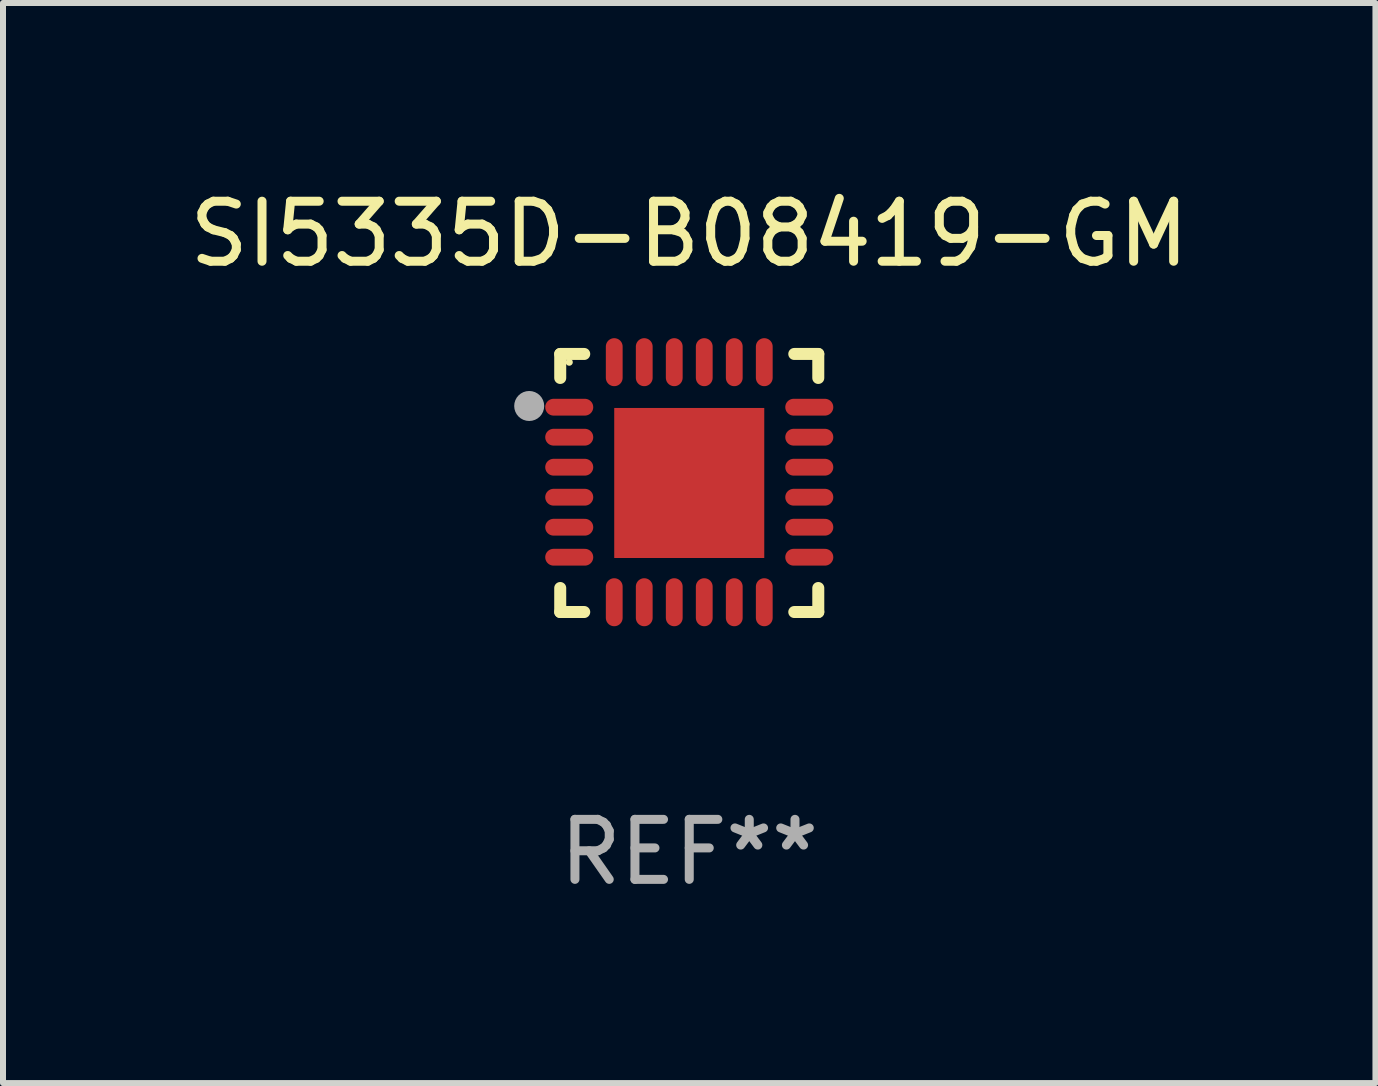
<source format=kicad_pcb>
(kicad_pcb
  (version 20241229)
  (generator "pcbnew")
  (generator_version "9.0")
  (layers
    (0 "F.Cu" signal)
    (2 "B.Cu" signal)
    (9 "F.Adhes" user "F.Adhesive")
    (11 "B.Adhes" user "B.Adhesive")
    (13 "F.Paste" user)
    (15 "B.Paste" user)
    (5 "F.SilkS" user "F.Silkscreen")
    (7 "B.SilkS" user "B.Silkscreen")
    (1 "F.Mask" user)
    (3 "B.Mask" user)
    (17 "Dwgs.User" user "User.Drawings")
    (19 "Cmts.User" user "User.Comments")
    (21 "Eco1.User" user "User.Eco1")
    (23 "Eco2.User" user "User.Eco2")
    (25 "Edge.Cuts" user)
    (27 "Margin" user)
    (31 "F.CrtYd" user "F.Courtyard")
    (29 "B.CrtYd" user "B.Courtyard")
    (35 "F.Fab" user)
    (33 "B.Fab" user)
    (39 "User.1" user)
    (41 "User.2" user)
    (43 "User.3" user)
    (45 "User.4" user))
  (footprint "SI5335D-B08419-GM"
    (layer "F.Cu")
    (at 8.435 4.998)
    (property "Reference" "SI5335D-B08419-GM" (at 0 -4.15 0) (layer "F.SilkS") (effects (font (size 1 1) (thickness 0.15))))
    (attr through_hole)
    (fp_line (start -2.15 -2.15) (end -1.75 -2.15) (stroke (width 0.2) (type solid)) (layer "F.SilkS"))
    (fp_line (start -2.15 -1.75) (end -2.15 -2.15) (stroke (width 0.2) (type solid)) (layer "F.SilkS"))
    (fp_line (start -2.15 2.15) (end -2.15 1.75) (stroke (width 0.2) (type solid)) (layer "F.SilkS"))
    (fp_line (start -1.75 2.15) (end -2.15 2.15) (stroke (width 0.2) (type solid)) (layer "F.SilkS"))
    (fp_line (start 1.75 -2.15) (end 2.15 -2.15) (stroke (width 0.2) (type solid)) (layer "F.SilkS"))
    (fp_line (start 1.75 2.15) (end 2.15 2.15) (stroke (width 0.2) (type solid)) (layer "F.SilkS"))
    (fp_line (start 2.15 -2.15) (end 2.15 -1.75) (stroke (width 0.2) (type solid)) (layer "F.SilkS"))
    (fp_line (start 2.15 2.15) (end 2.15 1.75) (stroke (width 0.2) (type solid)) (layer "F.SilkS"))
    (fp_circle (center -2 -2.013) (end -1.97 -2.013) (stroke (width 0.06) (type solid)) (fill no) (layer "F.SilkS"))
    (fp_circle (center -2.667 -1.283) (end -2.542 -1.283) (stroke (width 0.25) (type solid)) (fill no) (layer "F.Fab"))
    (fp_text user "REF**" (at 0 6.15 0) (layer "F.Fab") (effects (font (size 1 1) (thickness 0.15))))
    (pad "1" smd oval (at -2 -1.263) (size 0.8 0.28) (layers "F.Cu" "F.Mask" "F.Paste"))
    (pad "2" smd oval (at -2 -0.763) (size 0.8 0.28) (layers "F.Cu" "F.Mask" "F.Paste"))
    (pad "3" smd oval (at -2 -0.263) (size 0.8 0.28) (layers "F.Cu" "F.Mask" "F.Paste"))
    (pad "4" smd oval (at -2 0.237) (size 0.8 0.28) (layers "F.Cu" "F.Mask" "F.Paste"))
    (pad "5" smd oval (at -2 0.737) (size 0.8 0.28) (layers "F.Cu" "F.Mask" "F.Paste"))
    (pad "6" smd oval (at -2 1.237) (size 0.8 0.28) (layers "F.Cu" "F.Mask" "F.Paste"))
    (pad "7" smd oval (at -1.25 1.987) (size 0.28 0.8) (layers "F.Cu" "F.Mask" "F.Paste"))
    (pad "8" smd oval (at -0.75 1.987) (size 0.28 0.8) (layers "F.Cu" "F.Mask" "F.Paste"))
    (pad "9" smd oval (at -0.25 1.987) (size 0.28 0.8) (layers "F.Cu" "F.Mask" "F.Paste"))
    (pad "10" smd oval (at 0.25 1.987) (size 0.28 0.8) (layers "F.Cu" "F.Mask" "F.Paste"))
    (pad "11" smd oval (at 0.75 1.987) (size 0.28 0.8) (layers "F.Cu" "F.Mask" "F.Paste"))
    (pad "12" smd oval (at 1.25 1.987) (size 0.28 0.8) (layers "F.Cu" "F.Mask" "F.Paste"))
    (pad "13" smd oval (at 2 1.237) (size 0.8 0.28) (layers "F.Cu" "F.Mask" "F.Paste"))
    (pad "14" smd oval (at 2 0.737) (size 0.8 0.28) (layers "F.Cu" "F.Mask" "F.Paste"))
    (pad "15" smd oval (at 2 0.237) (size 0.8 0.28) (layers "F.Cu" "F.Mask" "F.Paste"))
    (pad "16" smd oval (at 2 -0.263) (size 0.8 0.28) (layers "F.Cu" "F.Mask" "F.Paste"))
    (pad "17" smd oval (at 2 -0.763) (size 0.8 0.28) (layers "F.Cu" "F.Mask" "F.Paste"))
    (pad "18" smd oval (at 2 -1.263) (size 0.8 0.28) (layers "F.Cu" "F.Mask" "F.Paste"))
    (pad "19" smd oval (at 1.25 -2.013) (size 0.28 0.8) (layers "F.Cu" "F.Mask" "F.Paste"))
    (pad "20" smd oval (at 0.75 -2.013) (size 0.28 0.8) (layers "F.Cu" "F.Mask" "F.Paste"))
    (pad "21" smd oval (at 0.25 -2.013) (size 0.28 0.8) (layers "F.Cu" "F.Mask" "F.Paste"))
    (pad "22" smd oval (at -0.25 -2.013) (size 0.28 0.8) (layers "F.Cu" "F.Mask" "F.Paste"))
    (pad "23" smd oval (at -0.75 -2.013) (size 0.28 0.8) (layers "F.Cu" "F.Mask" "F.Paste"))
    (pad "24" smd oval (at -1.25 -2.013) (size 0.28 0.8) (layers "F.Cu" "F.Mask" "F.Paste"))
    (pad "25" smd rect (at -0.000127 -0.00014) (size 2.5 2.5) (layers "F.Cu" "F.Mask" "F.Paste")))
  (gr_rect
    (start -3 -3)
    (end 19.869 14.997)
    (stroke (width 0.1) (type default))
    (fill no)
    (layer "Edge.Cuts")))
</source>
